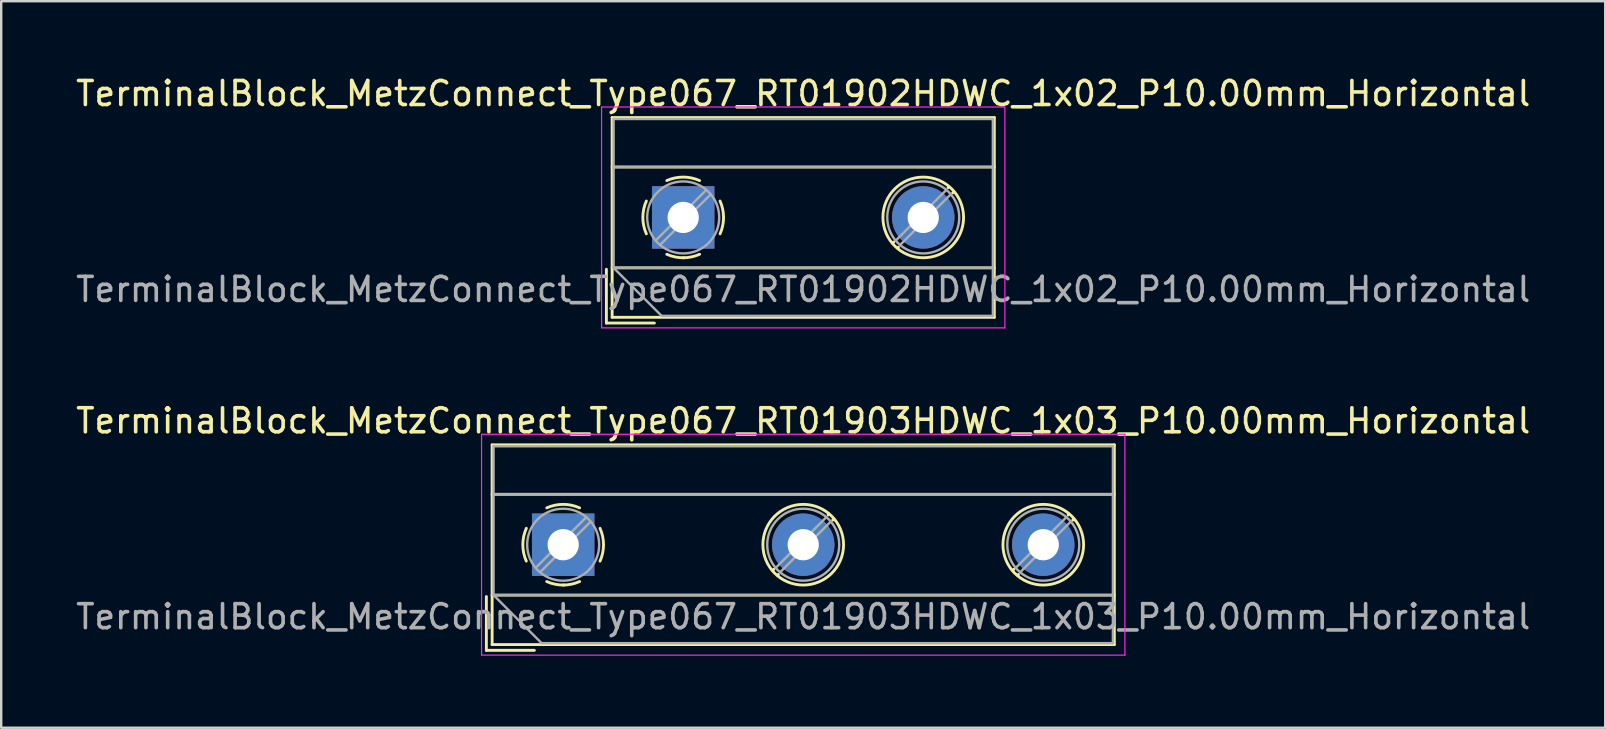
<source format=kicad_pcb>
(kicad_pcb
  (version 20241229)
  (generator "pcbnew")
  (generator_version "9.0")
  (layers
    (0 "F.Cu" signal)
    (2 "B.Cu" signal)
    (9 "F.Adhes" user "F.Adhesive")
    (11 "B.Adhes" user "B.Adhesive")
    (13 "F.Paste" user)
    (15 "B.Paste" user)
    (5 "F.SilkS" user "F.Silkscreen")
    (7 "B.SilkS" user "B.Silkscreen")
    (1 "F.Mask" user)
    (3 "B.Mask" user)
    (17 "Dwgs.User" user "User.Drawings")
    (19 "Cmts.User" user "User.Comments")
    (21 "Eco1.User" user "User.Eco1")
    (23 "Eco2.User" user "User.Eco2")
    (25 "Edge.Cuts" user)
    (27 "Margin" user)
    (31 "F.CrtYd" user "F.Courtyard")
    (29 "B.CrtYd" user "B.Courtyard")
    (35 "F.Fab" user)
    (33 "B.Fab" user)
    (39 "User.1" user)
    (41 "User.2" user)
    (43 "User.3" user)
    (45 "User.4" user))
  (footprint "TerminalBlock_MetzConnect_Type067_RT01902HDWC_1x02_P10.00mm_Horizontal"
    (layer "F.Cu")
    (at 25.411 6.008)
    (property "Reference" "TerminalBlock_MetzConnect_Type067_RT01902HDWC_1x02_P10.00mm_Horizontal" (at 5 -5.16 0) (layer "F.SilkS") (effects (font (size 1 1) (thickness 0.15))))
    (attr through_hole)
    (fp_line (start -3.2 2.16) (end -3.2 4.4) (stroke (width 0.12) (type solid)) (layer "F.SilkS"))
    (fp_line (start -3.2 4.4) (end -1.2 4.4) (stroke (width 0.12) (type solid)) (layer "F.SilkS"))
    (fp_line (start -2.96 -4.16) (end -2.96 4.16) (stroke (width 0.12) (type solid)) (layer "F.SilkS"))
    (fp_line (start -2.96 -4.16) (end 12.96 -4.16) (stroke (width 0.12) (type solid)) (layer "F.SilkS"))
    (fp_line (start -2.96 -2.1) (end 12.96 -2.1) (stroke (width 0.12) (type solid)) (layer "F.SilkS"))
    (fp_line (start -2.96 2.1) (end 12.96 2.1) (stroke (width 0.12) (type solid)) (layer "F.SilkS"))
    (fp_line (start -2.96 4.16) (end 12.96 4.16) (stroke (width 0.12) (type solid)) (layer "F.SilkS"))
    (fp_line (start 8.773 1.023) (end 8.726 1.069) (stroke (width 0.12) (type solid)) (layer "F.SilkS"))
    (fp_line (start 8.966 1.239) (end 8.931 1.274) (stroke (width 0.12) (type solid)) (layer "F.SilkS"))
    (fp_line (start 11.07 -1.275) (end 11.035 -1.239) (stroke (width 0.12) (type solid)) (layer "F.SilkS"))
    (fp_line (start 11.275 -1.069) (end 11.228 -1.023) (stroke (width 0.12) (type solid)) (layer "F.SilkS"))
    (fp_line (start 12.96 -4.16) (end 12.96 4.16) (stroke (width 0.12) (type solid)) (layer "F.SilkS"))
    (fp_arc (start -1.535427 0.683042) (mid -1.680501 -0.000524) (end -1.535 -0.684) (stroke (width 0.12) (type solid)) (layer "F.SilkS"))
    (fp_arc (start -0.683042 -1.535427) (mid 0.000524 -1.680501) (end 0.684 -1.535) (stroke (width 0.12) (type solid)) (layer "F.SilkS"))
    (fp_arc (start 0.028805 1.680253) (mid -0.335551 1.646659) (end -0.684 1.535) (stroke (width 0.12) (type solid)) (layer "F.SilkS"))
    (fp_arc (start 0.683318 1.534756) (mid 0.349292 1.643288) (end 0 1.68) (stroke (width 0.12) (type solid)) (layer "F.SilkS"))
    (fp_arc (start 1.535427 -0.683042) (mid 1.680501 0.000524) (end 1.535 0.684) (stroke (width 0.12) (type solid)) (layer "F.SilkS"))
    (fp_circle (center 10 0) (end 11.68 0) (stroke (width 0.12) (type solid)) (fill no) (layer "F.SilkS"))
    (fp_line (start -3.4 -4.6) (end -3.4 4.6) (stroke (width 0.05) (type solid)) (layer "F.CrtYd"))
    (fp_line (start -3.4 4.6) (end 13.4 4.6) (stroke (width 0.05) (type solid)) (layer "F.CrtYd"))
    (fp_line (start 13.4 -4.6) (end -3.4 -4.6) (stroke (width 0.05) (type solid)) (layer "F.CrtYd"))
    (fp_line (start 13.4 4.6) (end 13.4 -4.6) (stroke (width 0.05) (type solid)) (layer "F.CrtYd"))
    (fp_line (start -2.9 -4.1) (end 12.9 -4.1) (stroke (width 0.1) (type solid)) (layer "F.Fab"))
    (fp_line (start -2.9 -2.1) (end 12.9 -2.1) (stroke (width 0.1) (type solid)) (layer "F.Fab"))
    (fp_line (start -2.9 2.1) (end -2.9 -4.1) (stroke (width 0.1) (type solid)) (layer "F.Fab"))
    (fp_line (start -2.9 2.1) (end 12.9 2.1) (stroke (width 0.1) (type solid)) (layer "F.Fab"))
    (fp_line (start -0.9 4.1) (end -2.9 2.1) (stroke (width 0.1) (type solid)) (layer "F.Fab"))
    (fp_line (start 0.955 -1.138) (end -1.138 0.955) (stroke (width 0.1) (type solid)) (layer "F.Fab"))
    (fp_line (start 1.138 -0.955) (end -0.955 1.138) (stroke (width 0.1) (type solid)) (layer "F.Fab"))
    (fp_line (start 10.955 -1.138) (end 8.863 0.955) (stroke (width 0.1) (type solid)) (layer "F.Fab"))
    (fp_line (start 11.138 -0.955) (end 9.046 1.138) (stroke (width 0.1) (type solid)) (layer "F.Fab"))
    (fp_line (start 12.9 -4.1) (end 12.9 4.1) (stroke (width 0.1) (type solid)) (layer "F.Fab"))
    (fp_line (start 12.9 4.1) (end -0.9 4.1) (stroke (width 0.1) (type solid)) (layer "F.Fab"))
    (fp_circle (center 0 0) (end 1.5 0) (stroke (width 0.1) (type solid)) (fill no) (layer "F.Fab"))
    (fp_circle (center 10 0) (end 11.5 0) (stroke (width 0.1) (type solid)) (fill no) (layer "F.Fab"))
    (fp_text user "${REFERENCE}" (at 5 3 0) (layer "F.Fab") (effects (font (size 1 1) (thickness 0.15))))
    (pad "1" thru_hole rect (at 0 0) (size 2.6 2.6) (drill 1.3) (layers "*.Cu" "*.Mask"))
    (pad "2" thru_hole circle (at 10 0) (size 2.6 2.6) (drill 1.3) (layers "*.Cu" "*.Mask")))
  (footprint "TerminalBlock_MetzConnect_Type067_RT01903HDWC_1x03_P10.00mm_Horizontal"
    (layer "F.Cu")
    (at 20.411 19.642)
    (property "Reference" "TerminalBlock_MetzConnect_Type067_RT01903HDWC_1x03_P10.00mm_Horizontal" (at 10 -5.16 0) (layer "F.SilkS") (effects (font (size 1 1) (thickness 0.15))))
    (attr through_hole)
    (fp_line (start -3.2 2.16) (end -3.2 4.4) (stroke (width 0.12) (type solid)) (layer "F.SilkS"))
    (fp_line (start -3.2 4.4) (end -1.2 4.4) (stroke (width 0.12) (type solid)) (layer "F.SilkS"))
    (fp_line (start -2.96 -4.16) (end -2.96 4.16) (stroke (width 0.12) (type solid)) (layer "F.SilkS"))
    (fp_line (start -2.96 -4.16) (end 22.96 -4.16) (stroke (width 0.12) (type solid)) (layer "F.SilkS"))
    (fp_line (start -2.96 -2.1) (end 22.96 -2.1) (stroke (width 0.12) (type solid)) (layer "F.SilkS"))
    (fp_line (start -2.96 2.1) (end 22.96 2.1) (stroke (width 0.12) (type solid)) (layer "F.SilkS"))
    (fp_line (start -2.96 4.16) (end 22.96 4.16) (stroke (width 0.12) (type solid)) (layer "F.SilkS"))
    (fp_line (start 8.773 1.023) (end 8.726 1.069) (stroke (width 0.12) (type solid)) (layer "F.SilkS"))
    (fp_line (start 8.966 1.239) (end 8.931 1.274) (stroke (width 0.12) (type solid)) (layer "F.SilkS"))
    (fp_line (start 11.07 -1.275) (end 11.035 -1.239) (stroke (width 0.12) (type solid)) (layer "F.SilkS"))
    (fp_line (start 11.275 -1.069) (end 11.228 -1.023) (stroke (width 0.12) (type solid)) (layer "F.SilkS"))
    (fp_line (start 18.773 1.023) (end 18.726 1.069) (stroke (width 0.12) (type solid)) (layer "F.SilkS"))
    (fp_line (start 18.966 1.239) (end 18.931 1.274) (stroke (width 0.12) (type solid)) (layer "F.SilkS"))
    (fp_line (start 21.07 -1.275) (end 21.035 -1.239) (stroke (width 0.12) (type solid)) (layer "F.SilkS"))
    (fp_line (start 21.275 -1.069) (end 21.228 -1.023) (stroke (width 0.12) (type solid)) (layer "F.SilkS"))
    (fp_line (start 22.96 -4.16) (end 22.96 4.16) (stroke (width 0.12) (type solid)) (layer "F.SilkS"))
    (fp_arc (start -1.535427 0.683042) (mid -1.680501 -0.000524) (end -1.535 -0.684) (stroke (width 0.12) (type solid)) (layer "F.SilkS"))
    (fp_arc (start -0.683042 -1.535427) (mid 0.000524 -1.680501) (end 0.684 -1.535) (stroke (width 0.12) (type solid)) (layer "F.SilkS"))
    (fp_arc (start 0.028805 1.680253) (mid -0.335551 1.646659) (end -0.684 1.535) (stroke (width 0.12) (type solid)) (layer "F.SilkS"))
    (fp_arc (start 0.683318 1.534756) (mid 0.349292 1.643288) (end 0 1.68) (stroke (width 0.12) (type solid)) (layer "F.SilkS"))
    (fp_arc (start 1.535427 -0.683042) (mid 1.680501 0.000524) (end 1.535 0.684) (stroke (width 0.12) (type solid)) (layer "F.SilkS"))
    (fp_circle (center 10 0) (end 11.68 0) (stroke (width 0.12) (type solid)) (fill no) (layer "F.SilkS"))
    (fp_circle (center 20 0) (end 21.68 0) (stroke (width 0.12) (type solid)) (fill no) (layer "F.SilkS"))
    (fp_line (start -3.4 -4.6) (end -3.4 4.6) (stroke (width 0.05) (type solid)) (layer "F.CrtYd"))
    (fp_line (start -3.4 4.6) (end 23.4 4.6) (stroke (width 0.05) (type solid)) (layer "F.CrtYd"))
    (fp_line (start 23.4 -4.6) (end -3.4 -4.6) (stroke (width 0.05) (type solid)) (layer "F.CrtYd"))
    (fp_line (start 23.4 4.6) (end 23.4 -4.6) (stroke (width 0.05) (type solid)) (layer "F.CrtYd"))
    (fp_line (start -2.9 -4.1) (end 22.9 -4.1) (stroke (width 0.1) (type solid)) (layer "F.Fab"))
    (fp_line (start -2.9 -2.1) (end 22.9 -2.1) (stroke (width 0.1) (type solid)) (layer "F.Fab"))
    (fp_line (start -2.9 2.1) (end -2.9 -4.1) (stroke (width 0.1) (type solid)) (layer "F.Fab"))
    (fp_line (start -2.9 2.1) (end 22.9 2.1) (stroke (width 0.1) (type solid)) (layer "F.Fab"))
    (fp_line (start -0.9 4.1) (end -2.9 2.1) (stroke (width 0.1) (type solid)) (layer "F.Fab"))
    (fp_line (start 0.955 -1.138) (end -1.138 0.955) (stroke (width 0.1) (type solid)) (layer "F.Fab"))
    (fp_line (start 1.138 -0.955) (end -0.955 1.138) (stroke (width 0.1) (type solid)) (layer "F.Fab"))
    (fp_line (start 10.955 -1.138) (end 8.863 0.955) (stroke (width 0.1) (type solid)) (layer "F.Fab"))
    (fp_line (start 11.138 -0.955) (end 9.046 1.138) (stroke (width 0.1) (type solid)) (layer "F.Fab"))
    (fp_line (start 20.955 -1.138) (end 18.863 0.955) (stroke (width 0.1) (type solid)) (layer "F.Fab"))
    (fp_line (start 21.138 -0.955) (end 19.046 1.138) (stroke (width 0.1) (type solid)) (layer "F.Fab"))
    (fp_line (start 22.9 -4.1) (end 22.9 4.1) (stroke (width 0.1) (type solid)) (layer "F.Fab"))
    (fp_line (start 22.9 4.1) (end -0.9 4.1) (stroke (width 0.1) (type solid)) (layer "F.Fab"))
    (fp_circle (center 0 0) (end 1.5 0) (stroke (width 0.1) (type solid)) (fill no) (layer "F.Fab"))
    (fp_circle (center 10 0) (end 11.5 0) (stroke (width 0.1) (type solid)) (fill no) (layer "F.Fab"))
    (fp_circle (center 20 0) (end 21.5 0) (stroke (width 0.1) (type solid)) (fill no) (layer "F.Fab"))
    (fp_text user "${REFERENCE}" (at 10 3 0) (layer "F.Fab") (effects (font (size 1 1) (thickness 0.15))))
    (pad "1" thru_hole rect (at 0 0) (size 2.6 2.6) (drill 1.3) (layers "*.Cu" "*.Mask"))
    (pad "2" thru_hole circle (at 10 0) (size 2.6 2.6) (drill 1.3) (layers "*.Cu" "*.Mask"))
    (pad "3" thru_hole circle (at 20 0) (size 2.6 2.6) (drill 1.3) (layers "*.Cu" "*.Mask")))
  (gr_rect
    (start -3 -3)
    (end 63.821 27.267)
    (stroke (width 0.1) (type default))
    (fill no)
    (layer "Edge.Cuts")))
</source>
